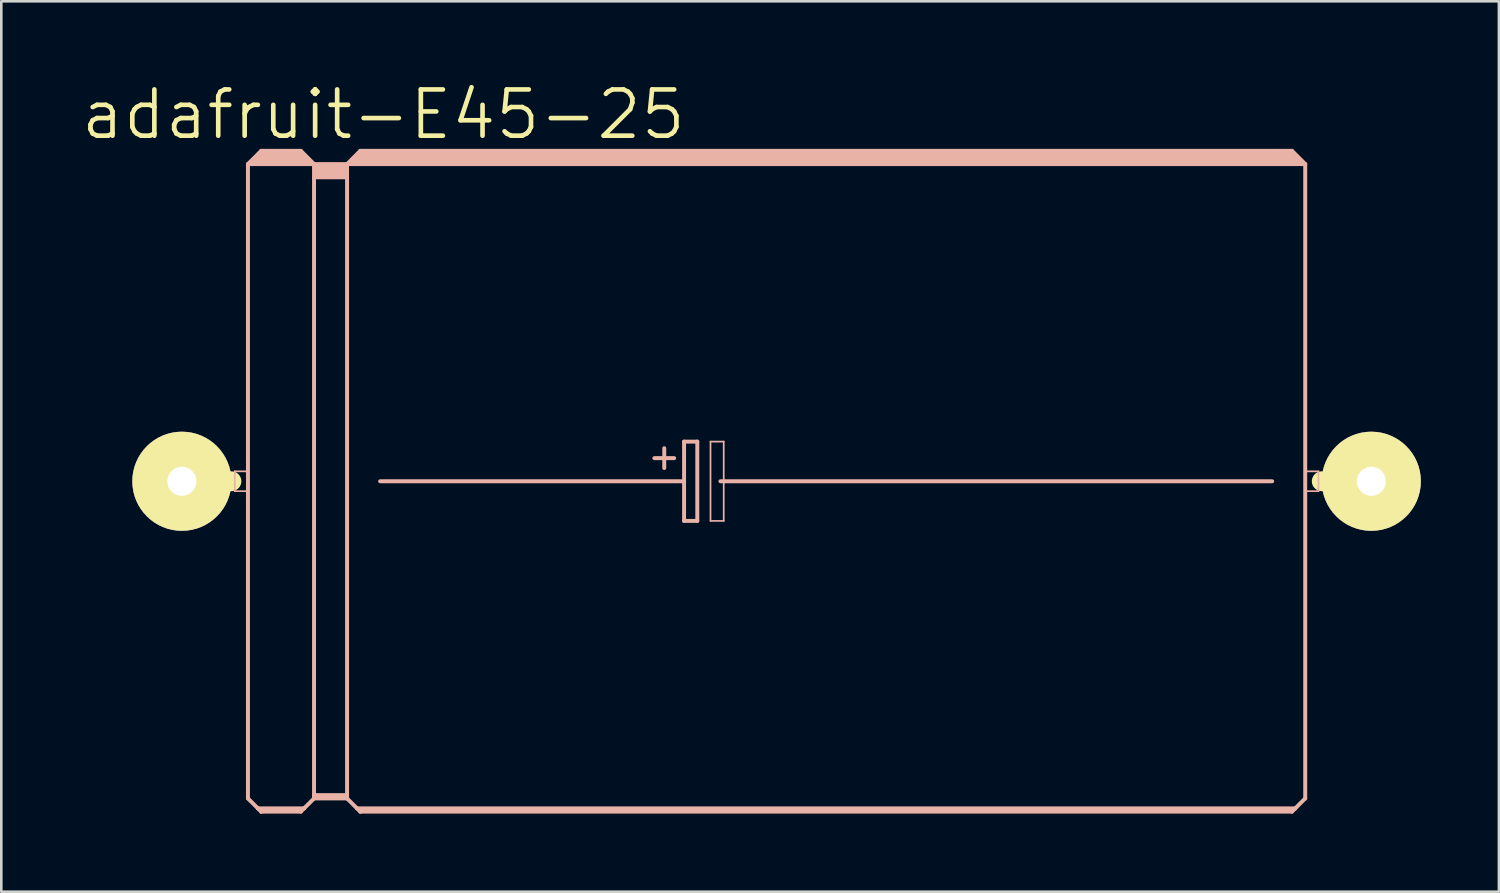
<source format=kicad_pcb>
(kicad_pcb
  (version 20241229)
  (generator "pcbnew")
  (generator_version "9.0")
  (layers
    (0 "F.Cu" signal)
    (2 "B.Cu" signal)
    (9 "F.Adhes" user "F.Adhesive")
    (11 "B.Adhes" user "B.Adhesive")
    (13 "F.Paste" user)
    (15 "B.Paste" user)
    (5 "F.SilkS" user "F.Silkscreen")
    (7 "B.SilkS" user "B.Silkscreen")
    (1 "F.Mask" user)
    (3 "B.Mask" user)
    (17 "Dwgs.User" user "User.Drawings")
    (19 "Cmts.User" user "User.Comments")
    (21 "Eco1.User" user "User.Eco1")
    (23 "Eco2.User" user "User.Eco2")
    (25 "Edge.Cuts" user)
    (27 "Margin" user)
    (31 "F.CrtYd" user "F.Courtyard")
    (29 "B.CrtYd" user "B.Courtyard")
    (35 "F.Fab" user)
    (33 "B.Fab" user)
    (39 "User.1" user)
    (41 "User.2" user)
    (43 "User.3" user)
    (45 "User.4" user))
  (footprint "adafruit-E45-25"
    (layer "F.Cu")
    (at 26.801 15.449)
    (property "Reference" "adafruit-E45-25" (at -15.113 -14.097 0) (layer "F.SilkS") (effects (font (size 1.778 1.778) (thickness 0.178))))
    (attr exclude_from_pos_files exclude_from_bom)
    (fp_line (start -22.86 0) (end -20.955 0) (stroke (width 0.762) (type solid)) (layer "F.SilkS"))
    (fp_line (start 22.86 0) (end 20.955 0) (stroke (width 0.762) (type solid)) (layer "F.SilkS"))
    (fp_line (start -20.828 -0.381) (end -20.32 -0.381) (stroke (width 0.066) (type solid)) (layer "B.SilkS"))
    (fp_line (start -20.828 0.381) (end -20.828 -0.381) (stroke (width 0.066) (type solid)) (layer "B.SilkS"))
    (fp_line (start -20.828 0.381) (end -20.32 0.381) (stroke (width 0.066) (type solid)) (layer "B.SilkS"))
    (fp_line (start -20.32 -12.192) (end -20.32 12.192) (stroke (width 0.152) (type solid)) (layer "B.SilkS"))
    (fp_line (start -20.32 -12.192) (end -19.812 -12.7) (stroke (width 0.152) (type solid)) (layer "B.SilkS"))
    (fp_line (start -20.32 -12.192) (end -17.78 -12.192) (stroke (width 0.152) (type solid)) (layer "B.SilkS"))
    (fp_line (start -20.32 0.381) (end -20.32 -0.381) (stroke (width 0.066) (type solid)) (layer "B.SilkS"))
    (fp_line (start -20.32 12.192) (end -19.939 12.573) (stroke (width 0.152) (type solid)) (layer "B.SilkS"))
    (fp_line (start -20.066 -12.319) (end -18.034 -12.319) (stroke (width 0.305) (type solid)) (layer "B.SilkS"))
    (fp_line (start -19.939 12.573) (end -19.812 12.7) (stroke (width 0.152) (type solid)) (layer "B.SilkS"))
    (fp_line (start -19.939 12.573) (end -18.161 12.573) (stroke (width 0.152) (type solid)) (layer "B.SilkS"))
    (fp_line (start -19.812 -12.7) (end -18.288 -12.7) (stroke (width 0.152) (type solid)) (layer "B.SilkS"))
    (fp_line (start -19.812 -12.573) (end -18.288 -12.573) (stroke (width 0.305) (type solid)) (layer "B.SilkS"))
    (fp_line (start -19.812 12.649) (end -18.288 12.649) (stroke (width 0.152) (type solid)) (layer "B.SilkS"))
    (fp_line (start -19.812 12.7) (end -19.812 12.649) (stroke (width 0.152) (type solid)) (layer "B.SilkS"))
    (fp_line (start -19.812 12.7) (end -18.288 12.7) (stroke (width 0.152) (type solid)) (layer "B.SilkS"))
    (fp_line (start -18.288 -12.7) (end -17.78 -12.192) (stroke (width 0.152) (type solid)) (layer "B.SilkS"))
    (fp_line (start -18.288 12.7) (end -18.161 12.573) (stroke (width 0.152) (type solid)) (layer "B.SilkS"))
    (fp_line (start -18.161 12.573) (end -17.78 12.192) (stroke (width 0.152) (type solid)) (layer "B.SilkS"))
    (fp_line (start -17.78 -12.192) (end -16.51 -12.192) (stroke (width 0.152) (type solid)) (layer "B.SilkS"))
    (fp_line (start -17.78 -11.684) (end -17.78 -12.192) (stroke (width 0.152) (type solid)) (layer "B.SilkS"))
    (fp_line (start -17.78 -11.684) (end -16.51 -11.684) (stroke (width 0.152) (type solid)) (layer "B.SilkS"))
    (fp_line (start -17.78 12.065) (end -17.78 -11.684) (stroke (width 0.152) (type solid)) (layer "B.SilkS"))
    (fp_line (start -17.78 12.065) (end -16.51 12.065) (stroke (width 0.152) (type solid)) (layer "B.SilkS"))
    (fp_line (start -17.78 12.141) (end -17.78 12.065) (stroke (width 0.152) (type solid)) (layer "B.SilkS"))
    (fp_line (start -17.78 12.141) (end -16.51 12.141) (stroke (width 0.152) (type solid)) (layer "B.SilkS"))
    (fp_line (start -17.78 12.192) (end -17.78 12.141) (stroke (width 0.152) (type solid)) (layer "B.SilkS"))
    (fp_line (start -17.78 12.192) (end -16.51 12.192) (stroke (width 0.152) (type solid)) (layer "B.SilkS"))
    (fp_line (start -17.65 -12.065) (end -16.637 -12.065) (stroke (width 0.305) (type solid)) (layer "B.SilkS"))
    (fp_line (start -17.65 -11.811) (end -16.637 -11.811) (stroke (width 0.305) (type solid)) (layer "B.SilkS"))
    (fp_line (start -16.51 -12.192) (end -16.002 -12.7) (stroke (width 0.152) (type solid)) (layer "B.SilkS"))
    (fp_line (start -16.51 -12.192) (end 20.32 -12.192) (stroke (width 0.152) (type solid)) (layer "B.SilkS"))
    (fp_line (start -16.51 -11.684) (end -16.51 -12.192) (stroke (width 0.152) (type solid)) (layer "B.SilkS"))
    (fp_line (start -16.51 12.065) (end -16.51 -11.684) (stroke (width 0.152) (type solid)) (layer "B.SilkS"))
    (fp_line (start -16.51 12.141) (end -16.51 12.065) (stroke (width 0.152) (type solid)) (layer "B.SilkS"))
    (fp_line (start -16.51 12.192) (end -16.51 12.141) (stroke (width 0.152) (type solid)) (layer "B.SilkS"))
    (fp_line (start -16.51 12.192) (end -16.129 12.573) (stroke (width 0.152) (type solid)) (layer "B.SilkS"))
    (fp_line (start -16.256 -12.319) (end 20.066 -12.319) (stroke (width 0.305) (type solid)) (layer "B.SilkS"))
    (fp_line (start -16.129 12.573) (end -16.002 12.7) (stroke (width 0.152) (type solid)) (layer "B.SilkS"))
    (fp_line (start -16.129 12.573) (end 19.939 12.573) (stroke (width 0.152) (type solid)) (layer "B.SilkS"))
    (fp_line (start -16.002 -12.7) (end 19.812 -12.7) (stroke (width 0.152) (type solid)) (layer "B.SilkS"))
    (fp_line (start -16.002 -12.573) (end 19.812 -12.573) (stroke (width 0.305) (type solid)) (layer "B.SilkS"))
    (fp_line (start -16.002 12.649) (end 19.812 12.649) (stroke (width 0.152) (type solid)) (layer "B.SilkS"))
    (fp_line (start -16.002 12.7) (end -16.002 12.649) (stroke (width 0.152) (type solid)) (layer "B.SilkS"))
    (fp_line (start -16.002 12.7) (end 19.812 12.7) (stroke (width 0.152) (type solid)) (layer "B.SilkS"))
    (fp_line (start -15.24 0) (end -3.556 0) (stroke (width 0.152) (type solid)) (layer "B.SilkS"))
    (fp_line (start -4.699 -0.889) (end -3.937 -0.889) (stroke (width 0.152) (type solid)) (layer "B.SilkS"))
    (fp_line (start -4.318 -1.27) (end -4.318 -0.508) (stroke (width 0.152) (type solid)) (layer "B.SilkS"))
    (fp_line (start -3.556 -1.524) (end -3.556 0) (stroke (width 0.152) (type solid)) (layer "B.SilkS"))
    (fp_line (start -3.556 0) (end -3.556 1.524) (stroke (width 0.152) (type solid)) (layer "B.SilkS"))
    (fp_line (start -3.556 1.524) (end -3.048 1.524) (stroke (width 0.152) (type solid)) (layer "B.SilkS"))
    (fp_line (start -3.048 -1.524) (end -3.556 -1.524) (stroke (width 0.152) (type solid)) (layer "B.SilkS"))
    (fp_line (start -3.048 1.524) (end -3.048 -1.524) (stroke (width 0.152) (type solid)) (layer "B.SilkS"))
    (fp_line (start -2.54 -1.524) (end -2.032 -1.524) (stroke (width 0.066) (type solid)) (layer "B.SilkS"))
    (fp_line (start -2.54 1.524) (end -2.54 -1.524) (stroke (width 0.066) (type solid)) (layer "B.SilkS"))
    (fp_line (start -2.54 1.524) (end -2.032 1.524) (stroke (width 0.066) (type solid)) (layer "B.SilkS"))
    (fp_line (start -2.159 0) (end 19.05 0) (stroke (width 0.152) (type solid)) (layer "B.SilkS"))
    (fp_line (start -2.032 1.524) (end -2.032 -1.524) (stroke (width 0.066) (type solid)) (layer "B.SilkS"))
    (fp_line (start 19.812 -12.7) (end 20.32 -12.192) (stroke (width 0.152) (type solid)) (layer "B.SilkS"))
    (fp_line (start 19.812 12.7) (end 19.939 12.573) (stroke (width 0.152) (type solid)) (layer "B.SilkS"))
    (fp_line (start 19.939 12.573) (end 20.32 12.192) (stroke (width 0.152) (type solid)) (layer "B.SilkS"))
    (fp_line (start 20.32 -12.192) (end 20.32 12.192) (stroke (width 0.152) (type solid)) (layer "B.SilkS"))
    (fp_line (start 20.32 -0.381) (end 20.828 -0.381) (stroke (width 0.066) (type solid)) (layer "B.SilkS"))
    (fp_line (start 20.32 0.381) (end 20.32 -0.381) (stroke (width 0.066) (type solid)) (layer "B.SilkS"))
    (fp_line (start 20.32 0.381) (end 20.828 0.381) (stroke (width 0.066) (type solid)) (layer "B.SilkS"))
    (fp_line (start 20.828 0.381) (end 20.828 -0.381) (stroke (width 0.066) (type solid)) (layer "B.SilkS"))
    (pad "+" thru_hole circle (at -22.86 0) (size 3.81 3.81) (drill 1.118) (layers "*.Cu" "F.Mask" "F.SilkS" "F.Paste"))
    (pad "-" thru_hole circle (at 22.86 0) (size 3.81 3.81) (drill 1.118) (layers "*.Cu" "F.Mask" "F.SilkS" "F.Paste")))
  (gr_rect
    (start -3 -3)
    (end 54.566 31.225)
    (stroke (width 0.1) (type default))
    (fill no)
    (layer "Edge.Cuts")))
</source>
